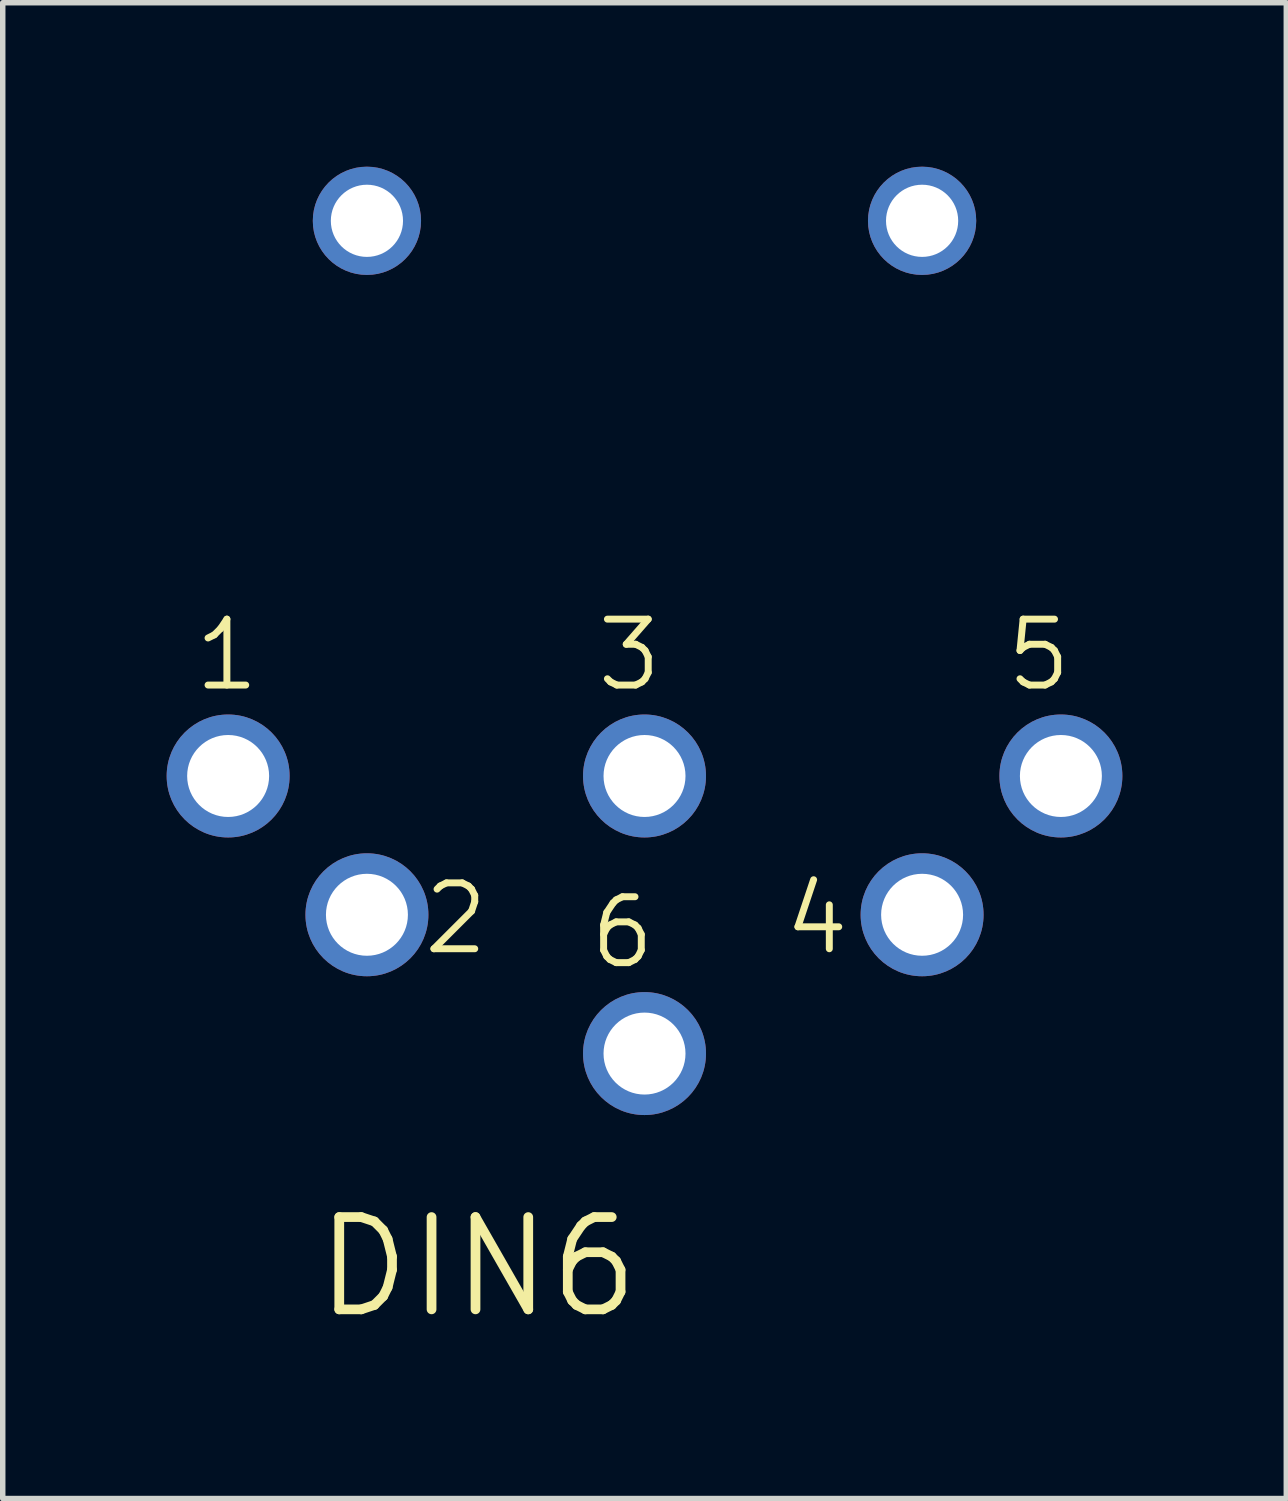
<source format=kicad_pcb>
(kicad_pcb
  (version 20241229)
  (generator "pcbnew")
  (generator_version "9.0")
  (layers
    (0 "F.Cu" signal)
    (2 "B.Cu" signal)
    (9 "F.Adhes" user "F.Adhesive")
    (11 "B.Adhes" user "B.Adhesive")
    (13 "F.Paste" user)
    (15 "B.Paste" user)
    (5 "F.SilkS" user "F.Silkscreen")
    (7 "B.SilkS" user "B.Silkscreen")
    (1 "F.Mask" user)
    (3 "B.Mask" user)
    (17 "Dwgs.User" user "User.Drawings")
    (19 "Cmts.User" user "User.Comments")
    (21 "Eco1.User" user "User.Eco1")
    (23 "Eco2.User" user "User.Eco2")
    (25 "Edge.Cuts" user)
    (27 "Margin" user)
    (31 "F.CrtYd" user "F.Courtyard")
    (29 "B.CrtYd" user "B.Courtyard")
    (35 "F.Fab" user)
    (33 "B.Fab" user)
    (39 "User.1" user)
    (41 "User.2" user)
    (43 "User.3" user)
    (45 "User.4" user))
  (footprint "DIN6"
    (layer "F.Cu")
    (at 8.745 11.151)
    (property "Reference" "DIN6" (at 0 8.001 0) (layer "F.SilkS") (effects (font (size 1.689 1.689) (thickness 0.178)) (justify right top)))
    (attr through_hole)
    (fp_text user "4" (at 3.81 1.905 0) (layer "F.SilkS") (effects (font (size 1.206 1.206) (thickness 0.127)) (justify right top)))
    (fp_text user "5" (at 7.874 -2.921 0) (layer "F.SilkS") (effects (font (size 1.206 1.206) (thickness 0.127)) (justify right top)))
    (fp_text user "3" (at 0.381 -2.921 0) (layer "F.SilkS") (effects (font (size 1.206 1.206) (thickness 0.127)) (justify right top)))
    (fp_text user "6" (at 0.254 2.159 0) (layer "F.SilkS") (effects (font (size 1.206 1.206) (thickness 0.127)) (justify right top)))
    (fp_text user "1" (at -6.985 -2.921 0) (layer "F.SilkS") (effects (font (size 1.206 1.206) (thickness 0.127)) (justify right top)))
    (fp_text user "2" (at -2.794 1.905 0) (layer "F.SilkS") (effects (font (size 1.206 1.206) (thickness 0.127)) (justify right top)))
    (pad "1" thru_hole circle (at -7.62 0 180) (size 2.25 2.25) (drill 1.5) (layers "*.Cu" "*.Mask"))
    (pad "2" thru_hole circle (at -5.08 2.54 180) (size 2.25 2.25) (drill 1.5) (layers "*.Cu" "*.Mask"))
    (pad "3" thru_hole circle (at 0 0 180) (size 2.25 2.25) (drill 1.5) (layers "*.Cu" "*.Mask"))
    (pad "4" thru_hole circle (at 5.08 2.54 180) (size 2.25 2.25) (drill 1.5) (layers "*.Cu" "*.Mask"))
    (pad "5" thru_hole circle (at 7.62 0 180) (size 2.25 2.25) (drill 1.5) (layers "*.Cu" "*.Mask"))
    (pad "6" thru_hole circle (at 0 5.08 180) (size 2.25 2.25) (drill 1.5) (layers "*.Cu" "*.Mask"))
    (pad "PE" thru_hole circle (at 5.08 -10.16 180) (size 1.981 1.981) (drill 1.321) (layers "*.Cu" "*.Mask"))
    (pad "PE@" thru_hole circle (at -5.08 -10.16 180) (size 1.981 1.981) (drill 1.321) (layers "*.Cu" "*.Mask")))
  (gr_rect
    (start -3 -3)
    (end 20.49 24.374)
    (stroke (width 0.1) (type default))
    (fill no)
    (layer "Edge.Cuts")))
</source>
